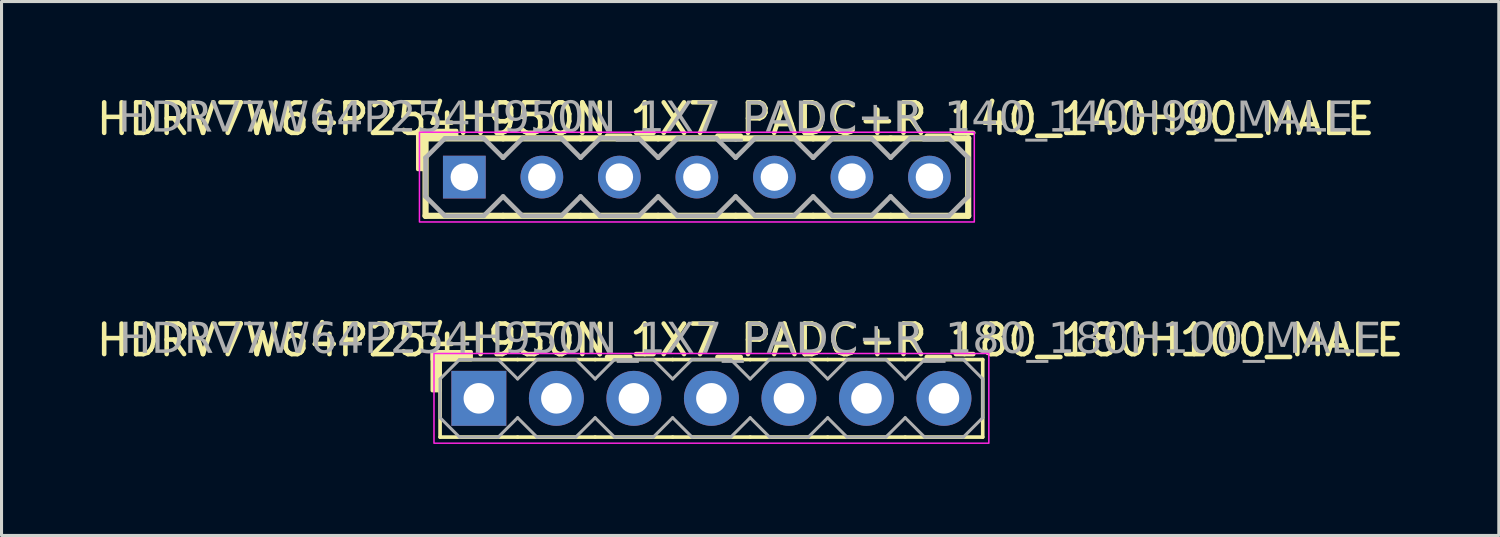
<source format=kicad_pcb>
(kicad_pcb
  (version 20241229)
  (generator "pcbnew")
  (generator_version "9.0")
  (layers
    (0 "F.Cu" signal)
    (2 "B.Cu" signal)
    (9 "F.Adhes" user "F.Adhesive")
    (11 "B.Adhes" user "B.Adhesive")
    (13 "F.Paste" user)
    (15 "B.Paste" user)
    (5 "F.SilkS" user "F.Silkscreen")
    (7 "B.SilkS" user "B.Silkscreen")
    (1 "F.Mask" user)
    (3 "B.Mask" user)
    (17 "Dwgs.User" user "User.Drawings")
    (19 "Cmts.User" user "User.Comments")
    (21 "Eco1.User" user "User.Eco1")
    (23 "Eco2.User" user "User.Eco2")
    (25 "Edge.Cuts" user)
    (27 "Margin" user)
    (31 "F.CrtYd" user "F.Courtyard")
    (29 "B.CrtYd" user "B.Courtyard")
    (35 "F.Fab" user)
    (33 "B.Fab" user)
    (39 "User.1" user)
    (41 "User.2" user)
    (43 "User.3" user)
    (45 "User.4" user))
  (footprint "HDRV7W64P254H950N_1X7_PADC+R_180_180H100_MALE"
    (layer "F.Cu")
    (at 20.26 10.002)
    (property "Reference" "HDRV7W64P254H950N_1X7_PADC+R_180_180H100_MALE" (at 1.27 -1.905 0) (layer "F.SilkS") (effects (font (size 1 1) (thickness 0.15))))
    (attr through_hole)
    (fp_line (start -8.89 1.27) (end -8.89 -1.27) (stroke (width 0.12) (type solid)) (layer "F.SilkS"))
    (fp_line (start -6.35 -1.27) (end -8.89 -1.27) (stroke (width 0.12) (type solid)) (layer "F.SilkS"))
    (fp_line (start -6.35 1.27) (end -8.89 1.27) (stroke (width 0.12) (type solid)) (layer "F.SilkS"))
    (fp_line (start -3.81 -1.27) (end -6.35 -1.27) (stroke (width 0.12) (type solid)) (layer "F.SilkS"))
    (fp_line (start -3.81 1.27) (end -6.35 1.27) (stroke (width 0.12) (type solid)) (layer "F.SilkS"))
    (fp_line (start -1.27 -1.27) (end -3.81 -1.27) (stroke (width 0.12) (type solid)) (layer "F.SilkS"))
    (fp_line (start -1.27 1.27) (end -3.81 1.27) (stroke (width 0.12) (type solid)) (layer "F.SilkS"))
    (fp_line (start 1.27 -1.27) (end -1.27 -1.27) (stroke (width 0.12) (type solid)) (layer "F.SilkS"))
    (fp_line (start 1.27 1.27) (end -1.27 1.27) (stroke (width 0.12) (type solid)) (layer "F.SilkS"))
    (fp_line (start 3.81 -1.27) (end 1.27 -1.27) (stroke (width 0.12) (type solid)) (layer "F.SilkS"))
    (fp_line (start 3.81 1.27) (end 1.27 1.27) (stroke (width 0.12) (type solid)) (layer "F.SilkS"))
    (fp_line (start 6.35 -1.27) (end 3.81 -1.27) (stroke (width 0.12) (type solid)) (layer "F.SilkS"))
    (fp_line (start 6.35 1.27) (end 3.81 1.27) (stroke (width 0.12) (type solid)) (layer "F.SilkS"))
    (fp_line (start 8.89 -1.27) (end 6.35 -1.27) (stroke (width 0.12) (type solid)) (layer "F.SilkS"))
    (fp_line (start 8.89 1.27) (end 6.35 1.27) (stroke (width 0.12) (type solid)) (layer "F.SilkS"))
    (fp_line (start 8.89 1.27) (end 8.89 -1.27) (stroke (width 0.12) (type solid)) (layer "F.SilkS"))
    (fp_rect (start -9.144 -0.254) (end -8.89 -1.524) (stroke (width 0.12) (type solid)) (fill yes) (layer "F.SilkS"))
    (fp_rect (start -7.874 -1.27) (end -9.144 -1.524) (stroke (width 0.12) (type solid)) (fill yes) (layer "F.SilkS"))
    (fp_rect (start -9.09 -1.47) (end 9.09 1.47) (stroke (width 0.05) (type default)) (fill no) (layer "F.CrtYd"))
    (fp_line (start -8.89 -0.635) (end -8.89 0.635) (stroke (width 0.1) (type solid)) (layer "F.Fab"))
    (fp_line (start -8.89 -0.635) (end -8.255 -1.27) (stroke (width 0.1) (type solid)) (layer "F.Fab"))
    (fp_line (start -8.255 -1.27) (end -6.985 -1.27) (stroke (width 0.1) (type solid)) (layer "F.Fab"))
    (fp_line (start -8.255 1.27) (end -8.89 0.635) (stroke (width 0.1) (type solid)) (layer "F.Fab"))
    (fp_line (start -6.985 -1.27) (end -6.35 -0.635) (stroke (width 0.1) (type solid)) (layer "F.Fab"))
    (fp_line (start -6.985 1.27) (end -8.255 1.27) (stroke (width 0.1) (type solid)) (layer "F.Fab"))
    (fp_line (start -6.35 -0.635) (end -5.715 -1.27) (stroke (width 0.1) (type solid)) (layer "F.Fab"))
    (fp_line (start -6.35 0.635) (end -6.985 1.27) (stroke (width 0.1) (type solid)) (layer "F.Fab"))
    (fp_line (start -5.715 -1.27) (end -4.445 -1.27) (stroke (width 0.1) (type solid)) (layer "F.Fab"))
    (fp_line (start -5.715 1.27) (end -6.35 0.635) (stroke (width 0.1) (type solid)) (layer "F.Fab"))
    (fp_line (start -4.445 -1.27) (end -3.81 -0.635) (stroke (width 0.1) (type solid)) (layer "F.Fab"))
    (fp_line (start -4.445 1.27) (end -5.715 1.27) (stroke (width 0.1) (type solid)) (layer "F.Fab"))
    (fp_line (start -3.81 -0.635) (end -3.175 -1.27) (stroke (width 0.1) (type solid)) (layer "F.Fab"))
    (fp_line (start -3.81 0.635) (end -4.445 1.27) (stroke (width 0.1) (type solid)) (layer "F.Fab"))
    (fp_line (start -3.175 -1.27) (end -1.905 -1.27) (stroke (width 0.1) (type solid)) (layer "F.Fab"))
    (fp_line (start -3.175 1.27) (end -3.81 0.635) (stroke (width 0.1) (type solid)) (layer "F.Fab"))
    (fp_line (start -1.905 -1.27) (end -1.27 -0.635) (stroke (width 0.1) (type solid)) (layer "F.Fab"))
    (fp_line (start -1.905 1.27) (end -3.175 1.27) (stroke (width 0.1) (type solid)) (layer "F.Fab"))
    (fp_line (start -1.27 -0.635) (end -0.635 -1.27) (stroke (width 0.1) (type solid)) (layer "F.Fab"))
    (fp_line (start -1.27 0.635) (end -1.905 1.27) (stroke (width 0.1) (type solid)) (layer "F.Fab"))
    (fp_line (start -0.635 -1.27) (end 0.635 -1.27) (stroke (width 0.1) (type solid)) (layer "F.Fab"))
    (fp_line (start -0.635 1.27) (end -1.27 0.635) (stroke (width 0.1) (type solid)) (layer "F.Fab"))
    (fp_line (start 0.635 -1.27) (end 1.27 -0.635) (stroke (width 0.1) (type solid)) (layer "F.Fab"))
    (fp_line (start 0.635 1.27) (end -0.635 1.27) (stroke (width 0.1) (type solid)) (layer "F.Fab"))
    (fp_line (start 1.27 -0.635) (end 1.905 -1.27) (stroke (width 0.1) (type solid)) (layer "F.Fab"))
    (fp_line (start 1.27 0.635) (end 0.635 1.27) (stroke (width 0.1) (type solid)) (layer "F.Fab"))
    (fp_line (start 1.905 -1.27) (end 3.175 -1.27) (stroke (width 0.1) (type solid)) (layer "F.Fab"))
    (fp_line (start 1.905 1.27) (end 1.27 0.635) (stroke (width 0.1) (type solid)) (layer "F.Fab"))
    (fp_line (start 3.175 -1.27) (end 3.81 -0.635) (stroke (width 0.1) (type solid)) (layer "F.Fab"))
    (fp_line (start 3.175 1.27) (end 1.905 1.27) (stroke (width 0.1) (type solid)) (layer "F.Fab"))
    (fp_line (start 3.81 -0.635) (end 4.445 -1.27) (stroke (width 0.1) (type solid)) (layer "F.Fab"))
    (fp_line (start 3.81 0.635) (end 3.175 1.27) (stroke (width 0.1) (type solid)) (layer "F.Fab"))
    (fp_line (start 4.445 -1.27) (end 5.715 -1.27) (stroke (width 0.1) (type solid)) (layer "F.Fab"))
    (fp_line (start 4.445 1.27) (end 3.81 0.635) (stroke (width 0.1) (type solid)) (layer "F.Fab"))
    (fp_line (start 5.715 -1.27) (end 6.35 -0.635) (stroke (width 0.1) (type solid)) (layer "F.Fab"))
    (fp_line (start 5.715 1.27) (end 4.445 1.27) (stroke (width 0.1) (type solid)) (layer "F.Fab"))
    (fp_line (start 6.35 -0.635) (end 6.985 -1.27) (stroke (width 0.1) (type solid)) (layer "F.Fab"))
    (fp_line (start 6.35 0.635) (end 5.715 1.27) (stroke (width 0.1) (type solid)) (layer "F.Fab"))
    (fp_line (start 6.985 -1.27) (end 8.255 -1.27) (stroke (width 0.1) (type solid)) (layer "F.Fab"))
    (fp_line (start 6.985 1.27) (end 6.35 0.635) (stroke (width 0.1) (type solid)) (layer "F.Fab"))
    (fp_line (start 8.255 -1.27) (end 8.89 -0.635) (stroke (width 0.1) (type solid)) (layer "F.Fab"))
    (fp_line (start 8.255 1.27) (end 6.985 1.27) (stroke (width 0.1) (type solid)) (layer "F.Fab"))
    (fp_line (start 8.89 -0.635) (end 8.89 0.635) (stroke (width 0.1) (type solid)) (layer "F.Fab"))
    (fp_line (start 8.89 0.635) (end 8.255 1.27) (stroke (width 0.1) (type solid)) (layer "F.Fab"))
    (fp_rect (start -7.366 -0.254) (end -7.874 0.254) (stroke (width 0.1) (type solid)) (fill no) (layer "F.Fab"))
    (fp_rect (start -4.826 -0.254) (end -5.334 0.254) (stroke (width 0.1) (type solid)) (fill no) (layer "F.Fab"))
    (fp_rect (start -2.286 -0.254) (end -2.794 0.254) (stroke (width 0.1) (type solid)) (fill no) (layer "F.Fab"))
    (fp_rect (start 0.254 -0.254) (end -0.254 0.254) (stroke (width 0.1) (type solid)) (fill no) (layer "F.Fab"))
    (fp_rect (start 2.794 -0.254) (end 2.286 0.254) (stroke (width 0.1) (type solid)) (fill no) (layer "F.Fab"))
    (fp_rect (start 5.334 -0.254) (end 4.826 0.254) (stroke (width 0.1) (type solid)) (fill no) (layer "F.Fab"))
    (fp_rect (start 7.874 -0.254) (end 7.366 0.254) (stroke (width 0.1) (type solid)) (fill no) (layer "F.Fab"))
    (fp_text user "${REFERENCE}" (at 1.27 -1.905 0) (layer "F.Fab") (effects (font (face "Tahoma") (size 1 1) (thickness 0.15))))
    (pad "1" thru_hole rect (at -7.62 0) (size 1.8 1.8) (drill 1) (layers "*.Cu" "*.Mask"))
    (pad "2" thru_hole circle (at -5.08 0) (size 1.8 1.8) (drill 1) (layers "*.Cu" "*.Mask"))
    (pad "3" thru_hole circle (at -2.54 0) (size 1.8 1.8) (drill 1) (layers "*.Cu" "*.Mask"))
    (pad "4" thru_hole circle (at 0 0) (size 1.8 1.8) (drill 1) (layers "*.Cu" "*.Mask"))
    (pad "5" thru_hole circle (at 2.54 0) (size 1.8 1.8) (drill 1) (layers "*.Cu" "*.Mask"))
    (pad "6" thru_hole circle (at 5.08 0) (size 1.8 1.8) (drill 1) (layers "*.Cu" "*.Mask"))
    (pad "7" thru_hole circle (at 7.62 0) (size 1.8 1.8) (drill 1) (layers "*.Cu" "*.Mask")))
  (footprint "HDRV7W64P254H950N_1X7_PADC+R_140_140H90_MALE"
    (layer "F.Cu")
    (at 19.784 2.753)
    (property "Reference" "HDRV7W64P254H950N_1X7_PADC+R_140_140H90_MALE" (at 1.27 -1.905 0) (layer "F.SilkS") (effects (font (size 1 1) (thickness 0.15))))
    (attr through_hole)
    (fp_line (start -8.89 1.27) (end -8.89 -1.27) (stroke (width 0.203) (type solid)) (layer "F.SilkS"))
    (fp_line (start -6.35 -1.27) (end -8.89 -1.27) (stroke (width 0.203) (type solid)) (layer "F.SilkS"))
    (fp_line (start -6.35 1.27) (end -8.89 1.27) (stroke (width 0.203) (type solid)) (layer "F.SilkS"))
    (fp_line (start -3.81 -1.27) (end -6.35 -1.27) (stroke (width 0.203) (type solid)) (layer "F.SilkS"))
    (fp_line (start -3.81 1.27) (end -6.35 1.27) (stroke (width 0.203) (type solid)) (layer "F.SilkS"))
    (fp_line (start -1.27 -1.27) (end -3.81 -1.27) (stroke (width 0.203) (type solid)) (layer "F.SilkS"))
    (fp_line (start -1.27 1.27) (end -3.81 1.27) (stroke (width 0.203) (type solid)) (layer "F.SilkS"))
    (fp_line (start 1.27 -1.27) (end -1.27 -1.27) (stroke (width 0.203) (type solid)) (layer "F.SilkS"))
    (fp_line (start 1.27 1.27) (end -1.27 1.27) (stroke (width 0.203) (type solid)) (layer "F.SilkS"))
    (fp_line (start 3.81 -1.27) (end 1.27 -1.27) (stroke (width 0.203) (type solid)) (layer "F.SilkS"))
    (fp_line (start 3.81 1.27) (end 1.27 1.27) (stroke (width 0.203) (type solid)) (layer "F.SilkS"))
    (fp_line (start 6.35 -1.27) (end 3.81 -1.27) (stroke (width 0.203) (type solid)) (layer "F.SilkS"))
    (fp_line (start 6.35 1.27) (end 3.81 1.27) (stroke (width 0.203) (type solid)) (layer "F.SilkS"))
    (fp_line (start 8.89 -1.27) (end 6.35 -1.27) (stroke (width 0.203) (type solid)) (layer "F.SilkS"))
    (fp_line (start 8.89 1.27) (end 6.35 1.27) (stroke (width 0.203) (type solid)) (layer "F.SilkS"))
    (fp_line (start 8.89 1.27) (end 8.89 -1.27) (stroke (width 0.203) (type solid)) (layer "F.SilkS"))
    (fp_rect (start -9.144 -0.254) (end -8.89 -1.524) (stroke (width 0.12) (type solid)) (fill yes) (layer "F.SilkS"))
    (fp_rect (start -7.874 -1.27) (end -9.144 -1.524) (stroke (width 0.12) (type solid)) (fill yes) (layer "F.SilkS"))
    (fp_rect (start -9.09 -1.47) (end 9.09 1.47) (stroke (width 0.05) (type default)) (fill no) (layer "F.CrtYd"))
    (fp_line (start -8.89 -0.635) (end -8.89 0.635) (stroke (width 0.152) (type solid)) (layer "F.Fab"))
    (fp_line (start -8.89 -0.635) (end -8.255 -1.27) (stroke (width 0.152) (type solid)) (layer "F.Fab"))
    (fp_line (start -8.255 -1.27) (end -6.985 -1.27) (stroke (width 0.152) (type solid)) (layer "F.Fab"))
    (fp_line (start -8.255 1.27) (end -8.89 0.635) (stroke (width 0.152) (type solid)) (layer "F.Fab"))
    (fp_line (start -6.985 -1.27) (end -6.35 -0.635) (stroke (width 0.152) (type solid)) (layer "F.Fab"))
    (fp_line (start -6.985 1.27) (end -8.255 1.27) (stroke (width 0.152) (type solid)) (layer "F.Fab"))
    (fp_line (start -6.35 -0.635) (end -5.715 -1.27) (stroke (width 0.152) (type solid)) (layer "F.Fab"))
    (fp_line (start -6.35 0.635) (end -6.985 1.27) (stroke (width 0.152) (type solid)) (layer "F.Fab"))
    (fp_line (start -5.715 -1.27) (end -4.445 -1.27) (stroke (width 0.152) (type solid)) (layer "F.Fab"))
    (fp_line (start -5.715 1.27) (end -6.35 0.635) (stroke (width 0.152) (type solid)) (layer "F.Fab"))
    (fp_line (start -4.445 -1.27) (end -3.81 -0.635) (stroke (width 0.152) (type solid)) (layer "F.Fab"))
    (fp_line (start -4.445 1.27) (end -5.715 1.27) (stroke (width 0.152) (type solid)) (layer "F.Fab"))
    (fp_line (start -3.81 -0.635) (end -3.175 -1.27) (stroke (width 0.152) (type solid)) (layer "F.Fab"))
    (fp_line (start -3.81 0.635) (end -4.445 1.27) (stroke (width 0.152) (type solid)) (layer "F.Fab"))
    (fp_line (start -3.175 -1.27) (end -1.905 -1.27) (stroke (width 0.152) (type solid)) (layer "F.Fab"))
    (fp_line (start -3.175 1.27) (end -3.81 0.635) (stroke (width 0.152) (type solid)) (layer "F.Fab"))
    (fp_line (start -1.905 -1.27) (end -1.27 -0.635) (stroke (width 0.152) (type solid)) (layer "F.Fab"))
    (fp_line (start -1.905 1.27) (end -3.175 1.27) (stroke (width 0.152) (type solid)) (layer "F.Fab"))
    (fp_line (start -1.27 -0.635) (end -0.635 -1.27) (stroke (width 0.152) (type solid)) (layer "F.Fab"))
    (fp_line (start -1.27 0.635) (end -1.905 1.27) (stroke (width 0.152) (type solid)) (layer "F.Fab"))
    (fp_line (start -0.635 -1.27) (end 0.635 -1.27) (stroke (width 0.152) (type solid)) (layer "F.Fab"))
    (fp_line (start -0.635 1.27) (end -1.27 0.635) (stroke (width 0.152) (type solid)) (layer "F.Fab"))
    (fp_line (start 0.635 -1.27) (end 1.27 -0.635) (stroke (width 0.152) (type solid)) (layer "F.Fab"))
    (fp_line (start 0.635 1.27) (end -0.635 1.27) (stroke (width 0.152) (type solid)) (layer "F.Fab"))
    (fp_line (start 1.27 -0.635) (end 1.905 -1.27) (stroke (width 0.152) (type solid)) (layer "F.Fab"))
    (fp_line (start 1.27 0.635) (end 0.635 1.27) (stroke (width 0.152) (type solid)) (layer "F.Fab"))
    (fp_line (start 1.905 -1.27) (end 3.175 -1.27) (stroke (width 0.152) (type solid)) (layer "F.Fab"))
    (fp_line (start 1.905 1.27) (end 1.27 0.635) (stroke (width 0.152) (type solid)) (layer "F.Fab"))
    (fp_line (start 3.175 -1.27) (end 3.81 -0.635) (stroke (width 0.152) (type solid)) (layer "F.Fab"))
    (fp_line (start 3.175 1.27) (end 1.905 1.27) (stroke (width 0.152) (type solid)) (layer "F.Fab"))
    (fp_line (start 3.81 -0.635) (end 4.445 -1.27) (stroke (width 0.152) (type solid)) (layer "F.Fab"))
    (fp_line (start 3.81 0.635) (end 3.175 1.27) (stroke (width 0.152) (type solid)) (layer "F.Fab"))
    (fp_line (start 4.445 -1.27) (end 5.715 -1.27) (stroke (width 0.152) (type solid)) (layer "F.Fab"))
    (fp_line (start 4.445 1.27) (end 3.81 0.635) (stroke (width 0.152) (type solid)) (layer "F.Fab"))
    (fp_line (start 5.715 -1.27) (end 6.35 -0.635) (stroke (width 0.152) (type solid)) (layer "F.Fab"))
    (fp_line (start 5.715 1.27) (end 4.445 1.27) (stroke (width 0.152) (type solid)) (layer "F.Fab"))
    (fp_line (start 6.35 -0.635) (end 6.985 -1.27) (stroke (width 0.152) (type solid)) (layer "F.Fab"))
    (fp_line (start 6.35 0.635) (end 5.715 1.27) (stroke (width 0.152) (type solid)) (layer "F.Fab"))
    (fp_line (start 6.985 -1.27) (end 8.255 -1.27) (stroke (width 0.152) (type solid)) (layer "F.Fab"))
    (fp_line (start 6.985 1.27) (end 6.35 0.635) (stroke (width 0.152) (type solid)) (layer "F.Fab"))
    (fp_line (start 8.255 -1.27) (end 8.89 -0.635) (stroke (width 0.152) (type solid)) (layer "F.Fab"))
    (fp_line (start 8.255 1.27) (end 6.985 1.27) (stroke (width 0.152) (type solid)) (layer "F.Fab"))
    (fp_line (start 8.89 -0.635) (end 8.89 0.635) (stroke (width 0.152) (type solid)) (layer "F.Fab"))
    (fp_line (start 8.89 0.635) (end 8.255 1.27) (stroke (width 0.152) (type solid)) (layer "F.Fab"))
    (fp_rect (start -7.366 -0.254) (end -7.874 0.254) (stroke (width 0.152) (type solid)) (fill no) (layer "F.Fab"))
    (fp_rect (start -4.826 -0.254) (end -5.334 0.254) (stroke (width 0.152) (type solid)) (fill no) (layer "F.Fab"))
    (fp_rect (start -2.286 -0.254) (end -2.794 0.254) (stroke (width 0.152) (type solid)) (fill no) (layer "F.Fab"))
    (fp_rect (start 0.254 -0.254) (end -0.254 0.254) (stroke (width 0.152) (type solid)) (fill no) (layer "F.Fab"))
    (fp_rect (start 2.794 -0.254) (end 2.286 0.254) (stroke (width 0.152) (type solid)) (fill no) (layer "F.Fab"))
    (fp_rect (start 5.334 -0.254) (end 4.826 0.254) (stroke (width 0.152) (type solid)) (fill no) (layer "F.Fab"))
    (fp_rect (start 7.874 -0.254) (end 7.366 0.254) (stroke (width 0.152) (type solid)) (fill no) (layer "F.Fab"))
    (fp_text user "${REFERENCE}" (at 1.27 -1.905 0) (layer "F.Fab") (effects (font (face "Tahoma") (size 1 1) (thickness 0.15))))
    (pad "1" thru_hole rect (at -7.62 0) (size 1.4 1.4) (drill 0.9) (layers "*.Cu" "*.Mask"))
    (pad "2" thru_hole circle (at -5.08 0) (size 1.4 1.4) (drill 0.9) (layers "*.Cu" "*.Mask"))
    (pad "3" thru_hole circle (at -2.54 0) (size 1.4 1.4) (drill 0.9) (layers "*.Cu" "*.Mask"))
    (pad "4" thru_hole circle (at 0 0) (size 1.4 1.4) (drill 0.9) (layers "*.Cu" "*.Mask"))
    (pad "5" thru_hole circle (at 2.54 0) (size 1.4 1.4) (drill 0.9) (layers "*.Cu" "*.Mask"))
    (pad "6" thru_hole circle (at 5.08 0) (size 1.4 1.4) (drill 0.9) (layers "*.Cu" "*.Mask"))
    (pad "7" thru_hole circle (at 7.62 0) (size 1.4 1.4) (drill 0.9) (layers "*.Cu" "*.Mask")))
  (gr_rect
    (start -3 -3)
    (end 46.06 14.496)
    (stroke (width 0.1) (type default))
    (fill no)
    (layer "Edge.Cuts")))
</source>
